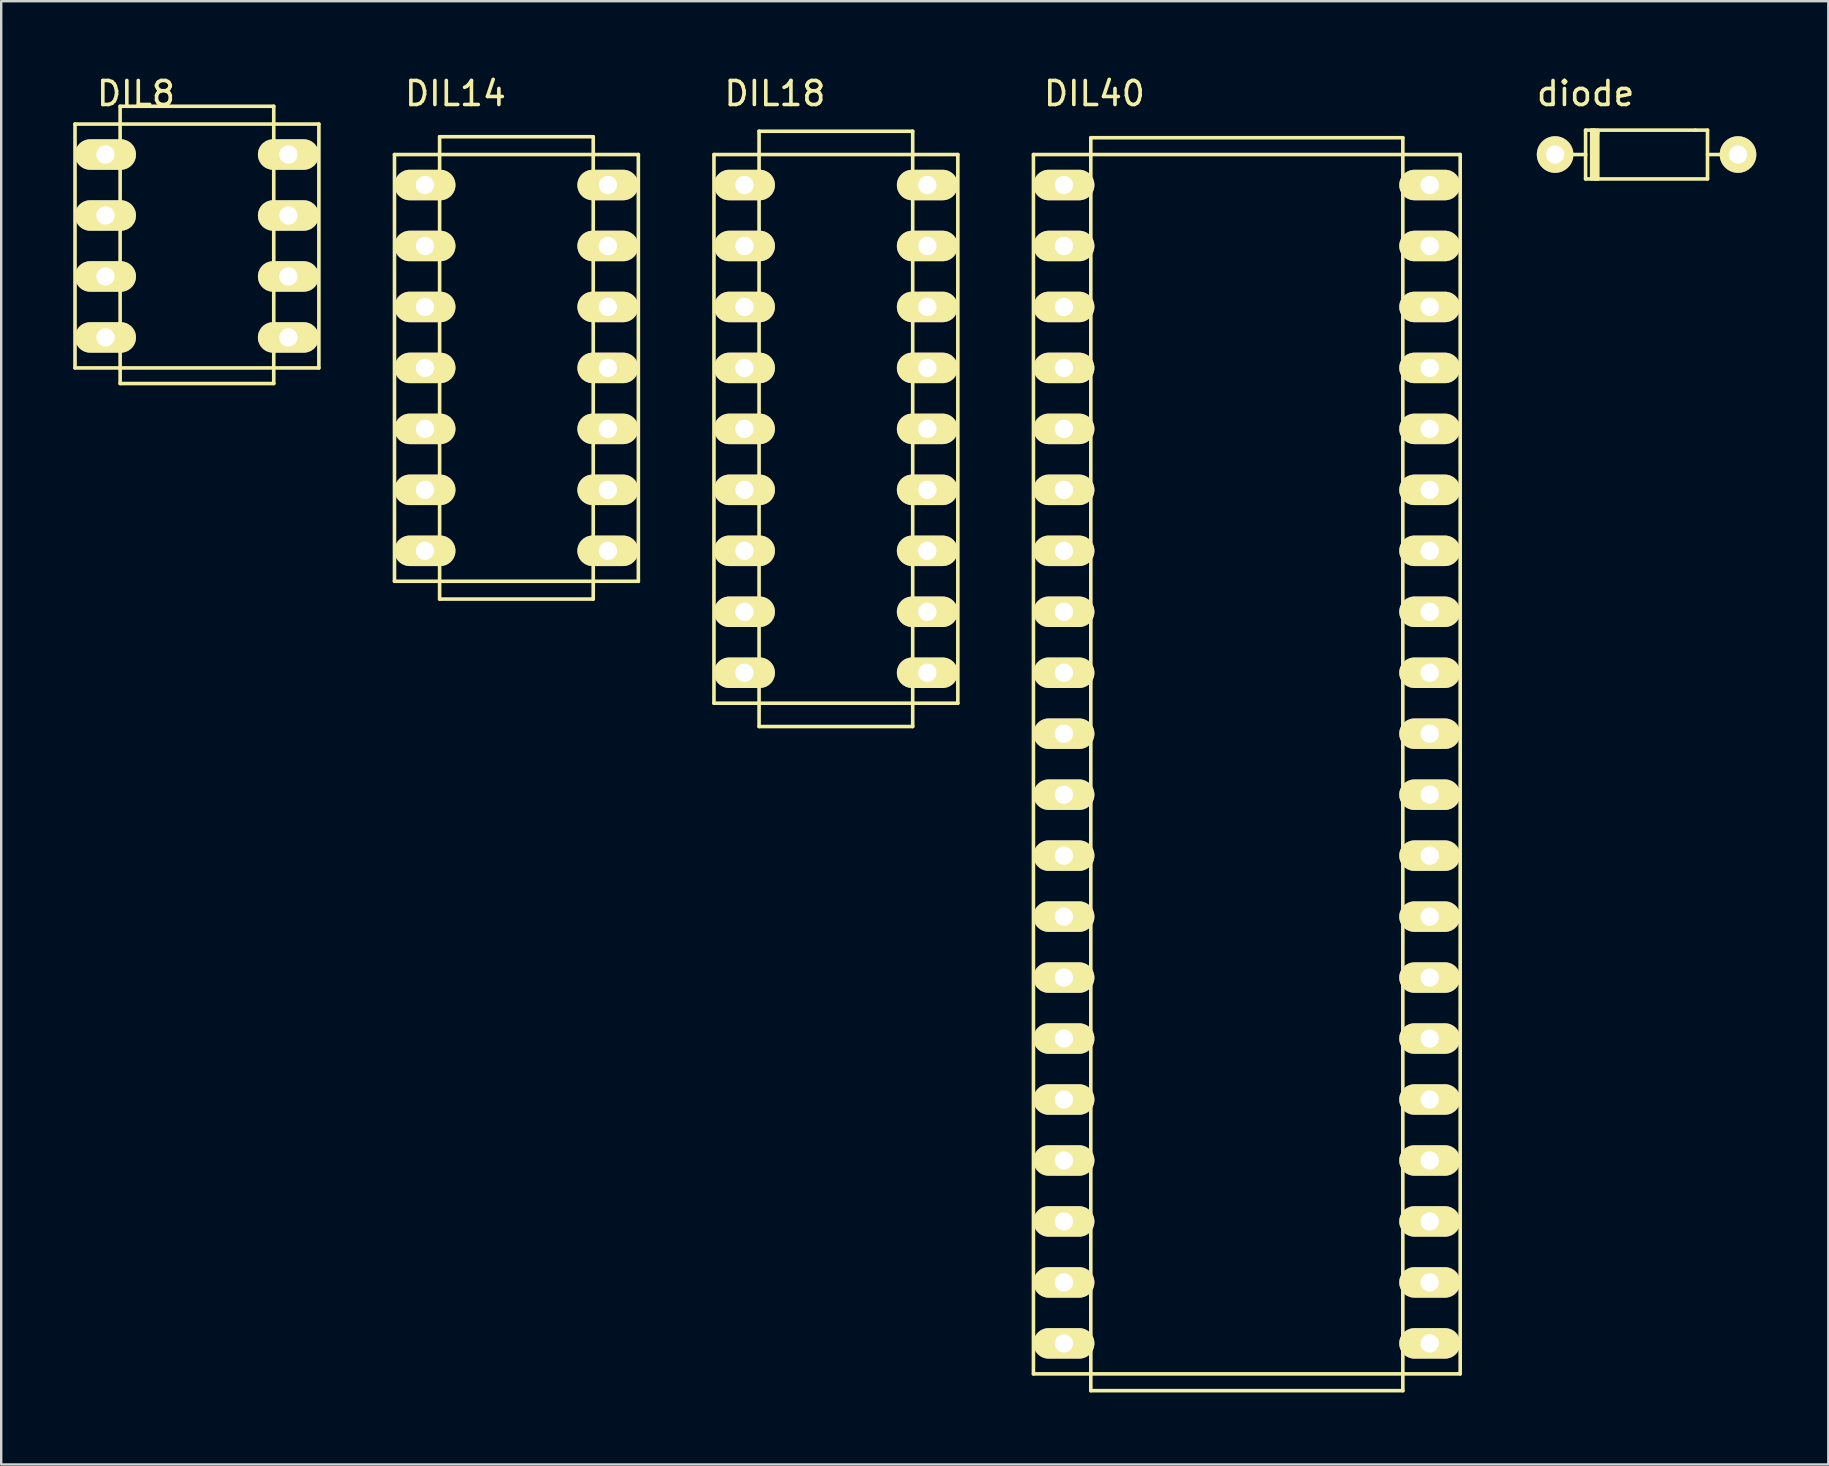
<source format=kicad_pcb>
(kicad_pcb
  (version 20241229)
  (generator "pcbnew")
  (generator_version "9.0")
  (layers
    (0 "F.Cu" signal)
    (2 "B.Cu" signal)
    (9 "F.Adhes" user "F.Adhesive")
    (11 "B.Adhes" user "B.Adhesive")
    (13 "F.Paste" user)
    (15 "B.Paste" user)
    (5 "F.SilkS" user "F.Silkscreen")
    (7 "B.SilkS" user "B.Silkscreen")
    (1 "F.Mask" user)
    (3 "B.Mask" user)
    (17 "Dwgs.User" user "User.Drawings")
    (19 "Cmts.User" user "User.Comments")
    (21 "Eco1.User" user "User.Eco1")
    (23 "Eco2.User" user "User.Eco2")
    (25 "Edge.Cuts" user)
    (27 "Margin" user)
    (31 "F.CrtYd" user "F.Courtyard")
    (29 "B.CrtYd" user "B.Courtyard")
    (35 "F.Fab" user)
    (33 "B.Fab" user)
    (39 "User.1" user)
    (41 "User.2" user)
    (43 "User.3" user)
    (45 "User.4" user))
  (footprint "diode"
    (layer "F.Cu")
    (at 65.549 3.388)
    (property "Reference" "diode" (at -2.54 -2.54 0) (layer "F.SilkS") (effects (font (size 1 1) (thickness 0.15))))
    (attr through_hole)
    (fp_line (start -3.81 0) (end -2.54 0) (stroke (width 0.15) (type solid)) (layer "F.SilkS"))
    (fp_line (start -2.54 -1.016) (end 2.032 -1.016) (stroke (width 0.15) (type solid)) (layer "F.SilkS"))
    (fp_line (start -2.54 0) (end -2.54 -1.016) (stroke (width 0.15) (type solid)) (layer "F.SilkS"))
    (fp_line (start -2.54 1.016) (end -2.54 0) (stroke (width 0.15) (type solid)) (layer "F.SilkS"))
    (fp_line (start -2.286 -1.016) (end -2.159 -1.016) (stroke (width 0.15) (type solid)) (layer "F.SilkS"))
    (fp_line (start -2.286 1.016) (end -2.286 -1.016) (stroke (width 0.15) (type solid)) (layer "F.SilkS"))
    (fp_line (start -2.159 -1.016) (end -2.159 1.016) (stroke (width 0.15) (type solid)) (layer "F.SilkS"))
    (fp_line (start -2.159 1.016) (end -2.032 1.016) (stroke (width 0.15) (type solid)) (layer "F.SilkS"))
    (fp_line (start -2.032 -0.889) (end -2.032 -1.016) (stroke (width 0.15) (type solid)) (layer "F.SilkS"))
    (fp_line (start -2.032 1.016) (end -2.032 -0.889) (stroke (width 0.15) (type solid)) (layer "F.SilkS"))
    (fp_line (start 2.032 -1.016) (end 2.54 -1.016) (stroke (width 0.15) (type solid)) (layer "F.SilkS"))
    (fp_line (start 2.54 -1.016) (end 2.54 1.016) (stroke (width 0.15) (type solid)) (layer "F.SilkS"))
    (fp_line (start 2.54 1.016) (end -2.54 1.016) (stroke (width 0.15) (type solid)) (layer "F.SilkS"))
    (fp_line (start 3.81 0) (end 2.54 0) (stroke (width 0.15) (type solid)) (layer "F.SilkS"))
    (pad "1" thru_hole circle (at -3.81 0) (size 1.524 1.524) (drill 0.762) (layers "*.Cu" "*.Mask" "F.SilkS"))
    (pad "2" thru_hole circle (at 3.81 0) (size 1.524 1.524) (drill 0.762) (layers "*.Cu" "*.Mask" "F.SilkS")))
  (footprint "DIL8"
    (layer "F.Cu")
    (at 5.155 7.198)
    (property "Reference" "DIL8" (at -2.54 -6.35 0) (layer "F.SilkS") (effects (font (size 1 1) (thickness 0.15))))
    (attr through_hole)
    (fp_line (start -5.08 -5.08) (end -5.08 5.08) (stroke (width 0.15) (type solid)) (layer "F.SilkS"))
    (fp_line (start -5.08 -5.08) (end 5.08 -5.08) (stroke (width 0.15) (type solid)) (layer "F.SilkS"))
    (fp_line (start -3.2 -5.82) (end 3.2 -5.82) (stroke (width 0.15) (type solid)) (layer "F.SilkS"))
    (fp_line (start -3.2 5.73) (end -3.2 -5.82) (stroke (width 0.15) (type solid)) (layer "F.SilkS"))
    (fp_line (start 3.2 -5.82) (end 3.2 5.73) (stroke (width 0.15) (type solid)) (layer "F.SilkS"))
    (fp_line (start 3.2 5.73) (end -3.2 5.73) (stroke (width 0.15) (type solid)) (layer "F.SilkS"))
    (fp_line (start 5.08 5.08) (end -5.08 5.08) (stroke (width 0.15) (type solid)) (layer "F.SilkS"))
    (fp_line (start 5.08 5.08) (end 5.08 -5.08) (stroke (width 0.15) (type solid)) (layer "F.SilkS"))
    (pad "1" thru_hole oval (at -3.81 -3.81) (size 2.54 1.27) (drill 0.762) (layers "*.Cu" "*.Mask" "F.SilkS"))
    (pad "2" thru_hole oval (at -3.81 -1.27) (size 2.54 1.27) (drill 0.762) (layers "*.Cu" "*.Mask" "F.SilkS"))
    (pad "3" thru_hole oval (at -3.81 1.27) (size 2.54 1.27) (drill 0.762) (layers "*.Cu" "*.Mask" "F.SilkS"))
    (pad "4" thru_hole oval (at -3.81 3.81) (size 2.54 1.27) (drill 0.762) (layers "*.Cu" "*.Mask" "F.SilkS"))
    (pad "5" thru_hole oval (at 3.81 3.81) (size 2.54 1.27) (drill 0.762) (layers "*.Cu" "*.Mask" "F.SilkS"))
    (pad "6" thru_hole oval (at 3.81 1.27) (size 2.54 1.27) (drill 0.762) (layers "*.Cu" "*.Mask" "F.SilkS"))
    (pad "7" thru_hole oval (at 3.81 -1.27) (size 2.54 1.27) (drill 0.762) (layers "*.Cu" "*.Mask" "F.SilkS"))
    (pad "8" thru_hole oval (at 3.81 -3.81) (size 2.54 1.27) (drill 0.762) (layers "*.Cu" "*.Mask" "F.SilkS")))
  (footprint "DIL40"
    (layer "F.Cu")
    (at 48.895 28.788)
    (property "Reference" "DIL40" (at -6.35 -27.94 0) (layer "F.SilkS") (effects (font (size 1 1) (thickness 0.15))))
    (attr through_hole)
    (fp_line (start -8.89 -25.4) (end -8.89 25.4) (stroke (width 0.15) (type solid)) (layer "F.SilkS"))
    (fp_line (start -8.89 25.4) (end 8.89 25.4) (stroke (width 0.15) (type solid)) (layer "F.SilkS"))
    (fp_line (start -6.5 -26.1) (end 6.5 -26.1) (stroke (width 0.15) (type solid)) (layer "F.SilkS"))
    (fp_line (start -6.5 26.1) (end -6.5 -26.1) (stroke (width 0.15) (type solid)) (layer "F.SilkS"))
    (fp_line (start 6.5 -26.1) (end 6.5 26.1) (stroke (width 0.15) (type solid)) (layer "F.SilkS"))
    (fp_line (start 6.5 26.1) (end -6.5 26.1) (stroke (width 0.15) (type solid)) (layer "F.SilkS"))
    (fp_line (start 8.89 -25.4) (end -8.89 -25.4) (stroke (width 0.15) (type solid)) (layer "F.SilkS"))
    (fp_line (start 8.89 25.4) (end 8.89 -25.4) (stroke (width 0.15) (type solid)) (layer "F.SilkS"))
    (pad "1" thru_hole oval (at -7.62 -24.13) (size 2.54 1.27) (drill 0.762) (layers "*.Cu" "*.Mask" "F.SilkS"))
    (pad "2" thru_hole oval (at -7.62 -21.59) (size 2.54 1.27) (drill 0.762) (layers "*.Cu" "*.Mask" "F.SilkS"))
    (pad "3" thru_hole oval (at -7.62 -19.05) (size 2.54 1.27) (drill 0.762) (layers "*.Cu" "*.Mask" "F.SilkS"))
    (pad "4" thru_hole oval (at -7.62 -16.51) (size 2.54 1.27) (drill 0.762) (layers "*.Cu" "*.Mask" "F.SilkS"))
    (pad "5" thru_hole oval (at -7.62 -13.97) (size 2.54 1.27) (drill 0.762) (layers "*.Cu" "*.Mask" "F.SilkS"))
    (pad "6" thru_hole oval (at -7.62 -11.43) (size 2.54 1.27) (drill 0.762) (layers "*.Cu" "*.Mask" "F.SilkS"))
    (pad "7" thru_hole oval (at -7.62 -8.89) (size 2.54 1.27) (drill 0.762) (layers "*.Cu" "*.Mask" "F.SilkS"))
    (pad "8" thru_hole oval (at -7.62 -6.35) (size 2.54 1.27) (drill 0.762) (layers "*.Cu" "*.Mask" "F.SilkS"))
    (pad "9" thru_hole oval (at -7.62 -3.81) (size 2.54 1.27) (drill 0.762) (layers "*.Cu" "*.Mask" "F.SilkS"))
    (pad "10" thru_hole oval (at -7.62 -1.27) (size 2.54 1.27) (drill 0.762) (layers "*.Cu" "*.Mask" "F.SilkS"))
    (pad "11" thru_hole oval (at -7.62 1.27) (size 2.54 1.27) (drill 0.762) (layers "*.Cu" "*.Mask" "F.SilkS"))
    (pad "12" thru_hole oval (at -7.62 3.81) (size 2.54 1.27) (drill 0.762) (layers "*.Cu" "*.Mask" "F.SilkS"))
    (pad "13" thru_hole oval (at -7.62 6.35) (size 2.54 1.27) (drill 0.762) (layers "*.Cu" "*.Mask" "F.SilkS"))
    (pad "14" thru_hole oval (at -7.62 8.89) (size 2.54 1.27) (drill 0.762) (layers "*.Cu" "*.Mask" "F.SilkS"))
    (pad "15" thru_hole oval (at -7.62 11.43) (size 2.54 1.27) (drill 0.762) (layers "*.Cu" "*.Mask" "F.SilkS"))
    (pad "16" thru_hole oval (at -7.62 13.97) (size 2.54 1.27) (drill 0.762) (layers "*.Cu" "*.Mask" "F.SilkS"))
    (pad "17" thru_hole oval (at -7.62 16.51) (size 2.54 1.27) (drill 0.762) (layers "*.Cu" "*.Mask" "F.SilkS"))
    (pad "18" thru_hole oval (at -7.62 19.05) (size 2.54 1.27) (drill 0.762) (layers "*.Cu" "*.Mask" "F.SilkS"))
    (pad "19" thru_hole oval (at -7.62 21.59) (size 2.54 1.27) (drill 0.762) (layers "*.Cu" "*.Mask" "F.SilkS"))
    (pad "20" thru_hole oval (at -7.62 24.13) (size 2.54 1.27) (drill 0.762) (layers "*.Cu" "*.Mask" "F.SilkS"))
    (pad "21" thru_hole oval (at 7.62 24.13) (size 2.54 1.27) (drill 0.762) (layers "*.Cu" "*.Mask" "F.SilkS"))
    (pad "22" thru_hole oval (at 7.62 21.59) (size 2.54 1.27) (drill 0.762) (layers "*.Cu" "*.Mask" "F.SilkS"))
    (pad "23" thru_hole oval (at 7.62 19.05) (size 2.54 1.27) (drill 0.762) (layers "*.Cu" "*.Mask" "F.SilkS"))
    (pad "24" thru_hole oval (at 7.62 16.51) (size 2.54 1.27) (drill 0.762) (layers "*.Cu" "*.Mask" "F.SilkS"))
    (pad "25" thru_hole oval (at 7.62 13.97) (size 2.54 1.27) (drill 0.762) (layers "*.Cu" "*.Mask" "F.SilkS"))
    (pad "26" thru_hole oval (at 7.62 11.43) (size 2.54 1.27) (drill 0.762) (layers "*.Cu" "*.Mask" "F.SilkS"))
    (pad "27" thru_hole oval (at 7.62 8.89) (size 2.54 1.27) (drill 0.762) (layers "*.Cu" "*.Mask" "F.SilkS"))
    (pad "28" thru_hole oval (at 7.62 6.35) (size 2.54 1.27) (drill 0.762) (layers "*.Cu" "*.Mask" "F.SilkS"))
    (pad "29" thru_hole oval (at 7.62 3.81) (size 2.54 1.27) (drill 0.762) (layers "*.Cu" "*.Mask" "F.SilkS"))
    (pad "30" thru_hole oval (at 7.62 1.27) (size 2.54 1.27) (drill 0.762) (layers "*.Cu" "*.Mask" "F.SilkS"))
    (pad "31" thru_hole oval (at 7.62 -1.27) (size 2.54 1.27) (drill 0.762) (layers "*.Cu" "*.Mask" "F.SilkS"))
    (pad "32" thru_hole oval (at 7.62 -3.81) (size 2.54 1.27) (drill 0.762) (layers "*.Cu" "*.Mask" "F.SilkS"))
    (pad "33" thru_hole oval (at 7.62 -6.35) (size 2.54 1.27) (drill 0.762) (layers "*.Cu" "*.Mask" "F.SilkS"))
    (pad "34" thru_hole oval (at 7.62 -8.89) (size 2.54 1.27) (drill 0.762) (layers "*.Cu" "*.Mask" "F.SilkS"))
    (pad "35" thru_hole oval (at 7.62 -11.43) (size 2.54 1.27) (drill 0.762) (layers "*.Cu" "*.Mask" "F.SilkS"))
    (pad "36" thru_hole oval (at 7.62 -13.97) (size 2.54 1.27) (drill 0.762) (layers "*.Cu" "*.Mask" "F.SilkS"))
    (pad "37" thru_hole oval (at 7.62 -16.51) (size 2.54 1.27) (drill 0.762) (layers "*.Cu" "*.Mask" "F.SilkS"))
    (pad "38" thru_hole oval (at 7.62 -19.05) (size 2.54 1.27) (drill 0.762) (layers "*.Cu" "*.Mask" "F.SilkS"))
    (pad "39" thru_hole oval (at 7.62 -21.59) (size 2.54 1.27) (drill 0.762) (layers "*.Cu" "*.Mask" "F.SilkS"))
    (pad "40" thru_hole oval (at 7.62 -24.13) (size 2.54 1.27) (drill 0.762) (layers "*.Cu" "*.Mask" "F.SilkS")))
  (footprint "DIL14"
    (layer "F.Cu")
    (at 18.465 12.278)
    (property "Reference" "DIL14" (at -2.54 -11.43 0) (layer "F.SilkS") (effects (font (size 1 1) (thickness 0.15))))
    (attr through_hole)
    (fp_line (start -5.08 -8.89) (end -5.08 8.89) (stroke (width 0.15) (type solid)) (layer "F.SilkS"))
    (fp_line (start -5.08 -8.89) (end 5.08 -8.89) (stroke (width 0.15) (type solid)) (layer "F.SilkS"))
    (fp_line (start -3.2 -9.63) (end 3.2 -9.63) (stroke (width 0.15) (type solid)) (layer "F.SilkS"))
    (fp_line (start -3.2 9.63) (end -3.2 -9.63) (stroke (width 0.15) (type solid)) (layer "F.SilkS"))
    (fp_line (start 3.2 -9.63) (end 3.2 9.63) (stroke (width 0.15) (type solid)) (layer "F.SilkS"))
    (fp_line (start 3.2 9.63) (end -3.2 9.63) (stroke (width 0.15) (type solid)) (layer "F.SilkS"))
    (fp_line (start 5.08 8.89) (end -5.08 8.89) (stroke (width 0.15) (type solid)) (layer "F.SilkS"))
    (fp_line (start 5.08 8.89) (end 5.08 -8.89) (stroke (width 0.15) (type solid)) (layer "F.SilkS"))
    (pad "1" thru_hole oval (at -3.81 -7.62) (size 2.54 1.27) (drill 0.762) (layers "*.Cu" "*.Mask" "F.SilkS"))
    (pad "2" thru_hole oval (at -3.81 -5.08) (size 2.54 1.27) (drill 0.762) (layers "*.Cu" "*.Mask" "F.SilkS"))
    (pad "3" thru_hole oval (at -3.81 -2.54) (size 2.54 1.27) (drill 0.762) (layers "*.Cu" "*.Mask" "F.SilkS"))
    (pad "4" thru_hole oval (at -3.81 0) (size 2.54 1.27) (drill 0.762) (layers "*.Cu" "*.Mask" "F.SilkS"))
    (pad "5" thru_hole oval (at -3.81 2.54) (size 2.54 1.27) (drill 0.762) (layers "*.Cu" "*.Mask" "F.SilkS"))
    (pad "6" thru_hole oval (at -3.81 5.08) (size 2.54 1.27) (drill 0.762) (layers "*.Cu" "*.Mask" "F.SilkS"))
    (pad "7" thru_hole oval (at -3.81 7.62) (size 2.54 1.27) (drill 0.762) (layers "*.Cu" "*.Mask" "F.SilkS"))
    (pad "8" thru_hole oval (at 3.81 7.62) (size 2.54 1.27) (drill 0.762) (layers "*.Cu" "*.Mask" "F.SilkS"))
    (pad "9" thru_hole oval (at 3.81 5.08) (size 2.54 1.27) (drill 0.762) (layers "*.Cu" "*.Mask" "F.SilkS"))
    (pad "10" thru_hole oval (at 3.81 2.54 180) (size 2.54 1.27) (drill 0.762) (layers "*.Cu" "*.Mask" "F.SilkS"))
    (pad "11" thru_hole oval (at 3.81 0 180) (size 2.54 1.27) (drill 0.762) (layers "*.Cu" "*.Mask" "F.SilkS"))
    (pad "12" thru_hole oval (at 3.81 -2.54 180) (size 2.54 1.27) (drill 0.762) (layers "*.Cu" "*.Mask" "F.SilkS"))
    (pad "13" thru_hole oval (at 3.81 -5.08 180) (size 2.54 1.27) (drill 0.762) (layers "*.Cu" "*.Mask" "F.SilkS"))
    (pad "14" thru_hole oval (at 3.81 -7.62 180) (size 2.54 1.27) (drill 0.762) (layers "*.Cu" "*.Mask" "F.SilkS")))
  (footprint "DIL18"
    (layer "F.Cu")
    (at 31.775 14.818)
    (property "Reference" "DIL18" (at -2.54 -13.97 0) (layer "F.SilkS") (effects (font (size 1 1) (thickness 0.15))))
    (attr through_hole)
    (fp_line (start -5.08 -11.43) (end 5.08 -11.43) (stroke (width 0.15) (type solid)) (layer "F.SilkS"))
    (fp_line (start -5.08 11.43) (end -5.08 -11.43) (stroke (width 0.15) (type solid)) (layer "F.SilkS"))
    (fp_line (start -3.2 -12.4) (end 3.2 -12.4) (stroke (width 0.15) (type solid)) (layer "F.SilkS"))
    (fp_line (start -3.2 12.4) (end -3.2 -12.4) (stroke (width 0.15) (type solid)) (layer "F.SilkS"))
    (fp_line (start 3.2 -12.4) (end 3.2 12.4) (stroke (width 0.15) (type solid)) (layer "F.SilkS"))
    (fp_line (start 3.2 12.4) (end -3.2 12.4) (stroke (width 0.15) (type solid)) (layer "F.SilkS"))
    (fp_line (start 5.08 -11.43) (end 5.08 11.43) (stroke (width 0.15) (type solid)) (layer "F.SilkS"))
    (fp_line (start 5.08 11.43) (end -5.08 11.43) (stroke (width 0.15) (type solid)) (layer "F.SilkS"))
    (pad "1" thru_hole oval (at -3.81 -10.16) (size 2.54 1.27) (drill 0.762) (layers "*.Cu" "*.Mask" "F.SilkS"))
    (pad "2" thru_hole oval (at -3.81 -7.62) (size 2.54 1.27) (drill 0.762) (layers "*.Cu" "*.Mask" "F.SilkS"))
    (pad "3" thru_hole oval (at -3.81 -5.08) (size 2.54 1.27) (drill 0.762) (layers "*.Cu" "*.Mask" "F.SilkS"))
    (pad "4" thru_hole oval (at -3.81 -2.54) (size 2.54 1.27) (drill 0.762) (layers "*.Cu" "*.Mask" "F.SilkS"))
    (pad "5" thru_hole oval (at -3.81 0) (size 2.54 1.27) (drill 0.762) (layers "*.Cu" "*.Mask" "F.SilkS"))
    (pad "6" thru_hole oval (at -3.81 2.54) (size 2.54 1.27) (drill 0.762) (layers "*.Cu" "*.Mask" "F.SilkS"))
    (pad "7" thru_hole oval (at -3.81 5.08) (size 2.54 1.27) (drill 0.762) (layers "*.Cu" "*.Mask" "F.SilkS"))
    (pad "8" thru_hole oval (at -3.81 7.62) (size 2.54 1.27) (drill 0.762) (layers "*.Cu" "*.Mask" "F.SilkS"))
    (pad "9" thru_hole oval (at -3.81 10.16) (size 2.54 1.27) (drill 0.762) (layers "*.Cu" "*.Mask" "F.SilkS"))
    (pad "10" thru_hole oval (at 3.81 10.16 180) (size 2.54 1.27) (drill 0.762) (layers "*.Cu" "*.Mask" "F.SilkS"))
    (pad "11" thru_hole oval (at 3.81 7.62 180) (size 2.54 1.27) (drill 0.762) (layers "*.Cu" "*.Mask" "F.SilkS"))
    (pad "12" thru_hole oval (at 3.81 5.08 180) (size 2.54 1.27) (drill 0.762) (layers "*.Cu" "*.Mask" "F.SilkS"))
    (pad "13" thru_hole oval (at 3.81 2.54 180) (size 2.54 1.27) (drill 0.762) (layers "*.Cu" "*.Mask" "F.SilkS"))
    (pad "14" thru_hole oval (at 3.81 0 180) (size 2.54 1.27) (drill 0.762) (layers "*.Cu" "*.Mask" "F.SilkS"))
    (pad "15" thru_hole oval (at 3.81 -2.54 180) (size 2.54 1.27) (drill 0.762) (layers "*.Cu" "*.Mask" "F.SilkS"))
    (pad "16" thru_hole oval (at 3.81 -5.08 180) (size 2.54 1.27) (drill 0.762) (layers "*.Cu" "*.Mask" "F.SilkS"))
    (pad "17" thru_hole oval (at 3.81 -7.62 180) (size 2.54 1.27) (drill 0.762) (layers "*.Cu" "*.Mask" "F.SilkS"))
    (pad "18" thru_hole oval (at 3.81 -10.16 180) (size 2.54 1.27) (drill 0.762) (layers "*.Cu" "*.Mask" "F.SilkS")))
  (gr_rect
    (start -3 -3)
    (end 73.121 57.963)
    (stroke (width 0.1) (type default))
    (fill no)
    (layer "Edge.Cuts")))
</source>
